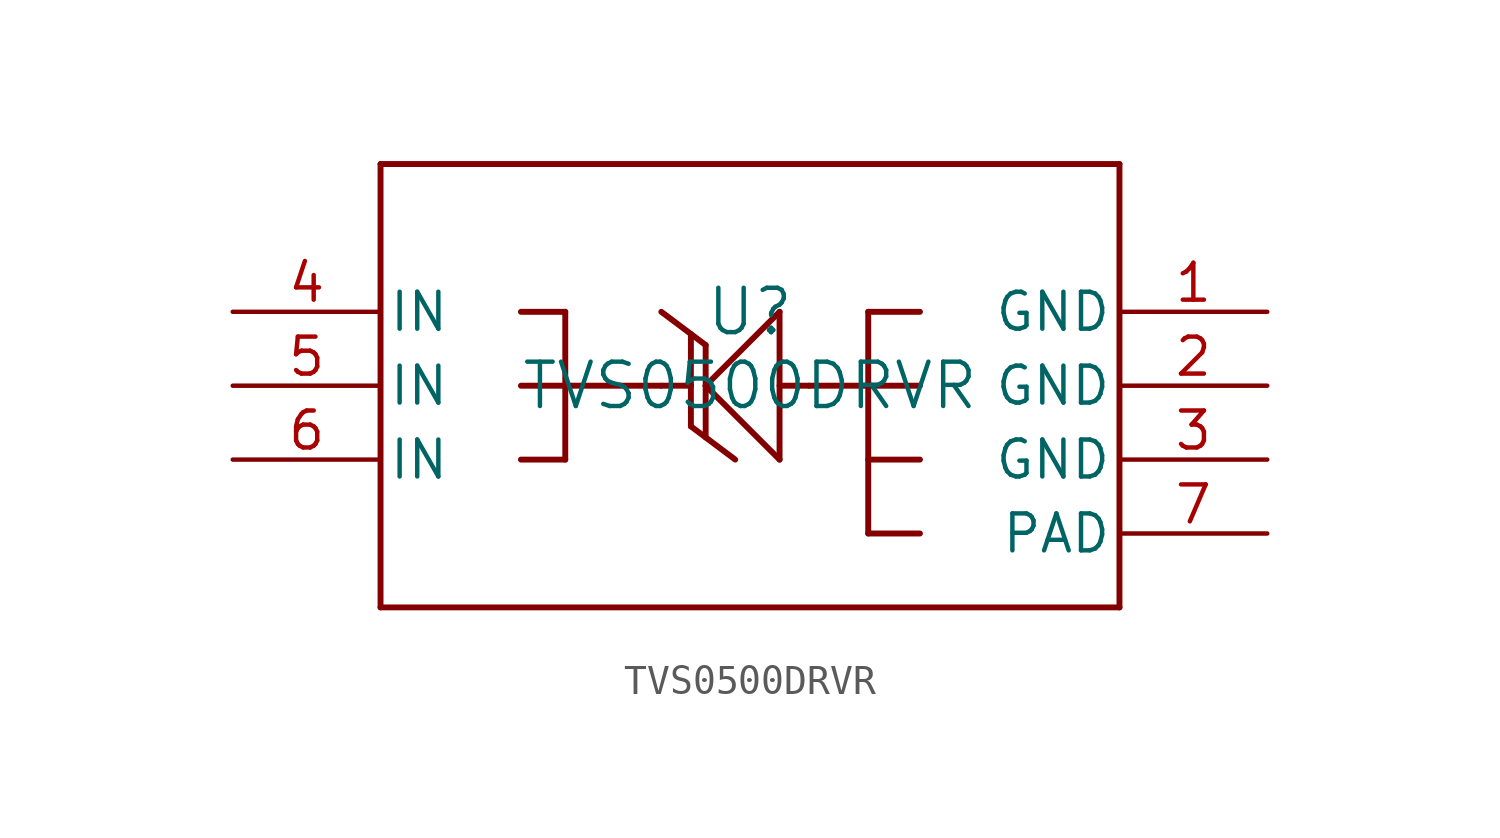
<source format=kicad_sym>
(kicad_symbol_lib
  (version 20231120)
  (generator "kicad_symbol_editor")
  (generator_version "8.0")
  (symbol "TVS0500DRVR"
    (pin_names
      (offset 0.254))
    (property "Reference" "U"
      (at 0 2.54 0)
      (effects (font (size 1.524 1.524))))
    (property "Value" "TVS0500DRVR"
      (at 0 0 0)
      (effects (font (size 1.524 1.524))))
    (property "ki_locked" ""
      (at 0 0 0)
      (effects (font (size 1.27 1.27))))
    (symbol "TVS0500DRVR_0_1"
      (polyline (pts (xy -12.7 -7.62) (xy 12.7 -7.62)) (stroke (width 0.203) (type default)) (fill (type none)))
      (polyline (pts (xy -12.7 7.62) (xy -12.7 -7.62)) (stroke (width 0.203) (type default)) (fill (type none)))
      (polyline (pts (xy -6.35 -2.54) (xy -7.874 -2.54)) (stroke (width 0.203) (type default)) (fill (type none)))
      (polyline (pts (xy -6.35 0) (xy -7.874 0)) (stroke (width 0.203) (type default)) (fill (type none)))
      (polyline (pts (xy -6.35 0) (xy -6.35 -2.54)) (stroke (width 0.203) (type default)) (fill (type none)))
      (polyline (pts (xy -6.35 0) (xy -6.35 2.54)) (stroke (width 0.203) (type default)) (fill (type none)))
      (polyline (pts (xy -6.35 2.54) (xy -7.874 2.54)) (stroke (width 0.203) (type default)) (fill (type none)))
      (polyline (pts (xy -3.048 0) (xy -6.35 0)) (stroke (width 0.203) (type default)) (fill (type none)))
      (polyline (pts (xy -2.032 -1.397) (xy -0.508 -2.54)) (stroke (width 0.203) (type default)) (fill (type none)))
      (polyline (pts (xy -2.032 0) (xy -3.048 0)) (stroke (width 0.203) (type default)) (fill (type none)))
      (polyline (pts (xy -2.032 0) (xy -2.032 -1.397)) (stroke (width 0.203) (type default)) (fill (type none)))
      (polyline (pts (xy -2.032 1.778) (xy -2.032 0)) (stroke (width 0.203) (type default)) (fill (type none)))
      (polyline (pts (xy -1.524 -1.778) (xy -1.524 0)) (stroke (width 0.203) (type default)) (fill (type none)))
      (polyline (pts (xy -1.524 0) (xy -1.524 1.397)) (stroke (width 0.203) (type default)) (fill (type none)))
      (polyline (pts (xy -1.524 0) (xy 1.016 -2.54)) (stroke (width 0.203) (type default)) (fill (type none)))
      (polyline (pts (xy -1.524 1.397) (xy -3.048 2.54)) (stroke (width 0.203) (type default)) (fill (type none)))
      (polyline (pts (xy 1.016 -2.54) (xy 1.016 2.54)) (stroke (width 0.203) (type default)) (fill (type none)))
      (polyline (pts (xy 1.016 2.54) (xy -1.524 0)) (stroke (width 0.203) (type default)) (fill (type none)))
      (polyline (pts (xy 2.032 0) (xy 1.016 0)) (stroke (width 0.203) (type default)) (fill (type none)))
      (polyline (pts (xy 2.032 0) (xy 4.064 0)) (stroke (width 0.203) (type default)) (fill (type none)))
      (polyline (pts (xy 4.064 -5.08) (xy 5.842 -5.08)) (stroke (width 0.203) (type default)) (fill (type none)))
      (polyline (pts (xy 4.064 -2.54) (xy 5.842 -2.54)) (stroke (width 0.203) (type default)) (fill (type none)))
      (polyline (pts (xy 4.064 0) (xy 5.842 0)) (stroke (width 0.203) (type default)) (fill (type none)))
      (polyline (pts (xy 4.064 2.54) (xy 4.064 -5.08)) (stroke (width 0.203) (type default)) (fill (type none)))
      (polyline (pts (xy 4.064 2.54) (xy 5.842 2.54)) (stroke (width 0.203) (type default)) (fill (type none)))
      (polyline (pts (xy 12.7 -7.62) (xy 12.7 7.62)) (stroke (width 0.203) (type default)) (fill (type none)))
      (polyline (pts (xy 12.7 7.62) (xy -12.7 7.62)) (stroke (width 0.203) (type default)) (fill (type none)))
      (pin passive line (at 17.78 2.54 180) (length 5.08) (name "GND" (effects (font (size 1.27 1.27)))) (number "1" (effects (font (size 1.27 1.27)))))
      (pin passive line (at 17.78 0 180) (length 5.08) (name "GND" (effects (font (size 1.27 1.27)))) (number "2" (effects (font (size 1.27 1.27)))))
      (pin passive line (at 17.78 -2.54 180) (length 5.08) (name "GND" (effects (font (size 1.27 1.27)))) (number "3" (effects (font (size 1.27 1.27)))))
      (pin passive line (at -17.78 2.54 0) (length 5.08) (name "IN" (effects (font (size 1.27 1.27)))) (number "4" (effects (font (size 1.27 1.27)))))
      (pin passive line (at -17.78 0 0) (length 5.08) (name "IN" (effects (font (size 1.27 1.27)))) (number "5" (effects (font (size 1.27 1.27)))))
      (pin passive line (at -17.78 -2.54 0) (length 5.08) (name "IN" (effects (font (size 1.27 1.27)))) (number "6" (effects (font (size 1.27 1.27)))))
      (pin passive line (at 17.78 -5.08 180) (length 5.08) (name "PAD" (effects (font (size 1.27 1.27)))) (number "7" (effects (font (size 1.27 1.27))))))))
</source>
